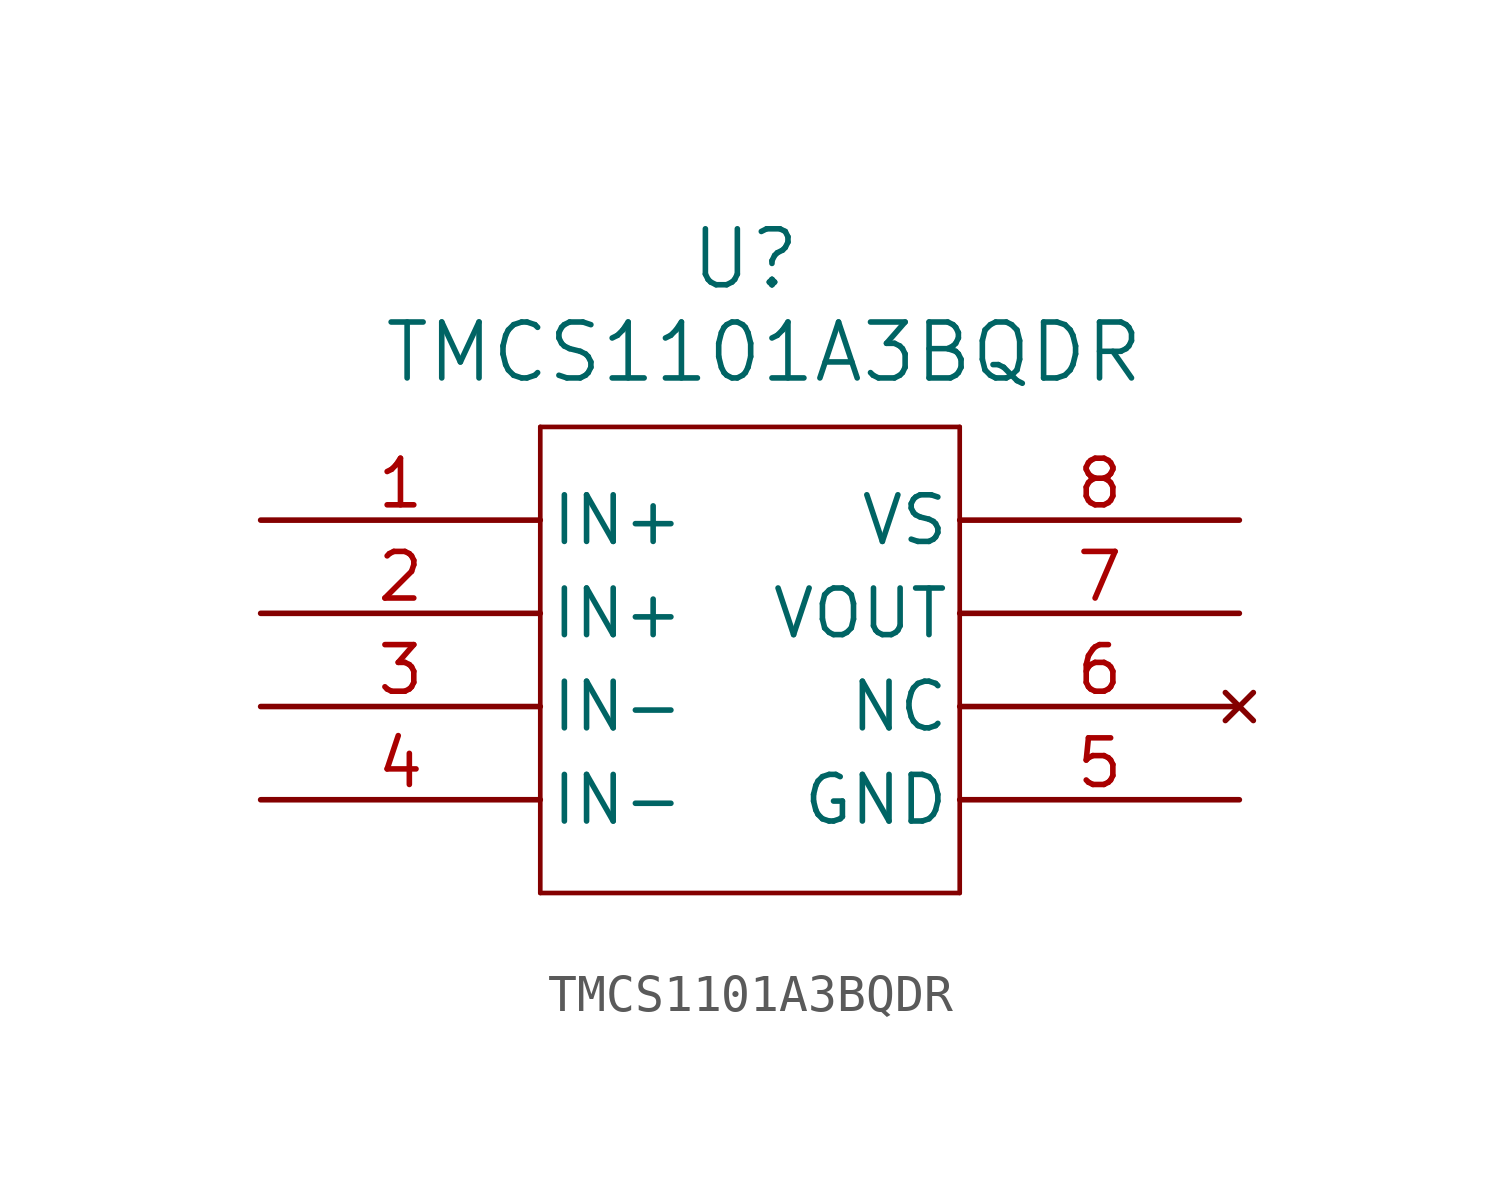
<source format=kicad_sym>
(kicad_symbol_lib
  (version 20231120)
  (generator "kicad_symbol_editor")
  (generator_version "8.0")
  (symbol "TMCS1101A3BQDR"
    (pin_names
      (offset 0.254))
    (property "Reference" "U"
      (at 13.208 7.112 0)
      (effects (font (size 1.524 1.524))))
    (property "Value" "TMCS1101A3BQDR"
      (at 13.716 4.572 0)
      (effects (font (size 1.524 1.524))))
    (property "ki_locked" ""
      (at 0 0 0)
      (effects (font (size 1.27 1.27))))
    (symbol "TMCS1101A3BQDR_0_1"
      (polyline (pts (xy 7.62 -10.16) (xy 19.05 -10.16)) (stroke (width 0.127) (type default)) (fill (type none)))
      (polyline (pts (xy 7.62 2.54) (xy 7.62 -10.16)) (stroke (width 0.127) (type default)) (fill (type none)))
      (polyline (pts (xy 19.05 -10.16) (xy 19.05 2.54)) (stroke (width 0.127) (type default)) (fill (type none)))
      (polyline (pts (xy 19.05 2.54) (xy 7.62 2.54)) (stroke (width 0.127) (type default)) (fill (type none)))
      (pin input line (at 0 0 0) (length 7.62) (name "IN+" (effects (font (size 1.27 1.27)))) (number "1" (effects (font (size 1.27 1.27)))))
      (pin input line (at 0 -2.54 0) (length 7.62) (name "IN+" (effects (font (size 1.27 1.27)))) (number "2" (effects (font (size 1.27 1.27)))))
      (pin input line (at 0 -5.08 0) (length 7.62) (name "IN-" (effects (font (size 1.27 1.27)))) (number "3" (effects (font (size 1.27 1.27)))))
      (pin input line (at 0 -7.62 0) (length 7.62) (name "IN-" (effects (font (size 1.27 1.27)))) (number "4" (effects (font (size 1.27 1.27)))))
      (pin power_out line (at 26.67 -7.62 180) (length 7.62) (name "GND" (effects (font (size 1.27 1.27)))) (number "5" (effects (font (size 1.27 1.27)))))
      (pin no_connect line (at 26.67 -5.08 180) (length 7.62) (name "NC" (effects (font (size 1.27 1.27)))) (number "6" (effects (font (size 1.27 1.27)))))
      (pin output line (at 26.67 -2.54 180) (length 7.62) (name "VOUT" (effects (font (size 1.27 1.27)))) (number "7" (effects (font (size 1.27 1.27)))))
      (pin power_in line (at 26.67 0 180) (length 7.62) (name "VS" (effects (font (size 1.27 1.27)))) (number "8" (effects (font (size 1.27 1.27))))))))
</source>
